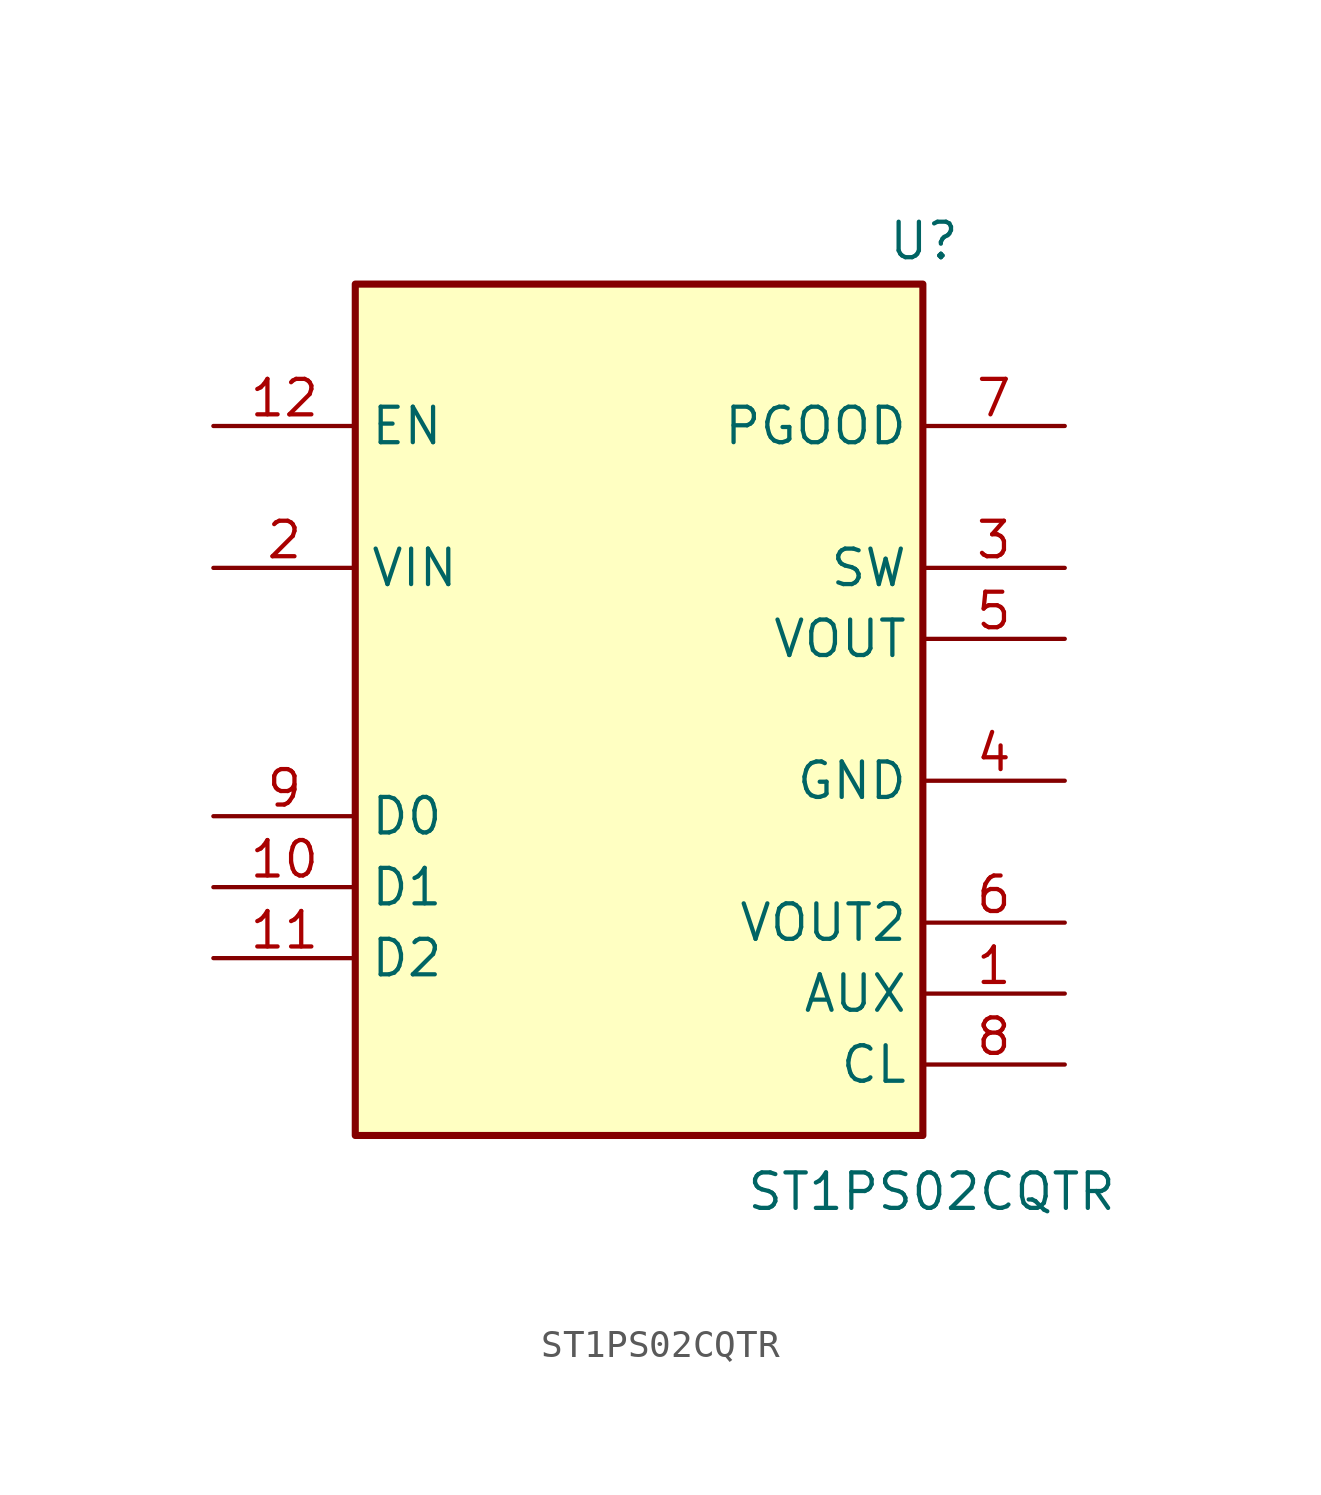
<source format=kicad_sym>
(kicad_symbol_lib
  (version 20231120)
  (generator "kicad_symbol_editor")
  (generator_version "8.0")
  (symbol "ST1PS02CQTR"
    (property "Reference" "U"
      (at 24.13 9.906 0)
      (effects (font (size 1.27 1.27)) (justify left top)))
    (property "Value" "ST1PS02CQTR"
      (at 19.05 -24.13 0)
      (effects (font (size 1.27 1.27)) (justify left top)))
    (symbol "ST1PS02CQTR_1_1"
      (rectangle (start 5.08 7.62) (end 25.4 -22.86) (stroke (width 0.254) (type default)) (fill (type background)))
      (pin passive line (at 30.48 -17.78 180) (length 5.08) (name "AUX" (effects (font (size 1.27 1.27)))) (number "1" (effects (font (size 1.27 1.27)))))
      (pin passive line (at 0 -13.97 0) (length 5.08) (name "D1" (effects (font (size 1.27 1.27)))) (number "10" (effects (font (size 1.27 1.27)))))
      (pin passive line (at 0 -16.51 0) (length 5.08) (name "D2" (effects (font (size 1.27 1.27)))) (number "11" (effects (font (size 1.27 1.27)))))
      (pin passive line (at 0 2.54 0) (length 5.08) (name "EN" (effects (font (size 1.27 1.27)))) (number "12" (effects (font (size 1.27 1.27)))))
      (pin passive line (at 0 -2.54 0) (length 5.08) (name "VIN" (effects (font (size 1.27 1.27)))) (number "2" (effects (font (size 1.27 1.27)))))
      (pin passive line (at 30.48 -2.54 180) (length 5.08) (name "SW" (effects (font (size 1.27 1.27)))) (number "3" (effects (font (size 1.27 1.27)))))
      (pin passive line (at 30.48 -10.16 180) (length 5.08) (name "GND" (effects (font (size 1.27 1.27)))) (number "4" (effects (font (size 1.27 1.27)))))
      (pin passive line (at 30.48 -5.08 180) (length 5.08) (name "VOUT" (effects (font (size 1.27 1.27)))) (number "5" (effects (font (size 1.27 1.27)))))
      (pin passive line (at 30.48 -15.24 180) (length 5.08) (name "VOUT2" (effects (font (size 1.27 1.27)))) (number "6" (effects (font (size 1.27 1.27)))))
      (pin passive line (at 30.48 2.54 180) (length 5.08) (name "PGOOD" (effects (font (size 1.27 1.27)))) (number "7" (effects (font (size 1.27 1.27)))))
      (pin passive line (at 30.48 -20.32 180) (length 5.08) (name "CL" (effects (font (size 1.27 1.27)))) (number "8" (effects (font (size 1.27 1.27)))))
      (pin passive line (at 0 -11.43 0) (length 5.08) (name "D0" (effects (font (size 1.27 1.27)))) (number "9" (effects (font (size 1.27 1.27))))))))
</source>
